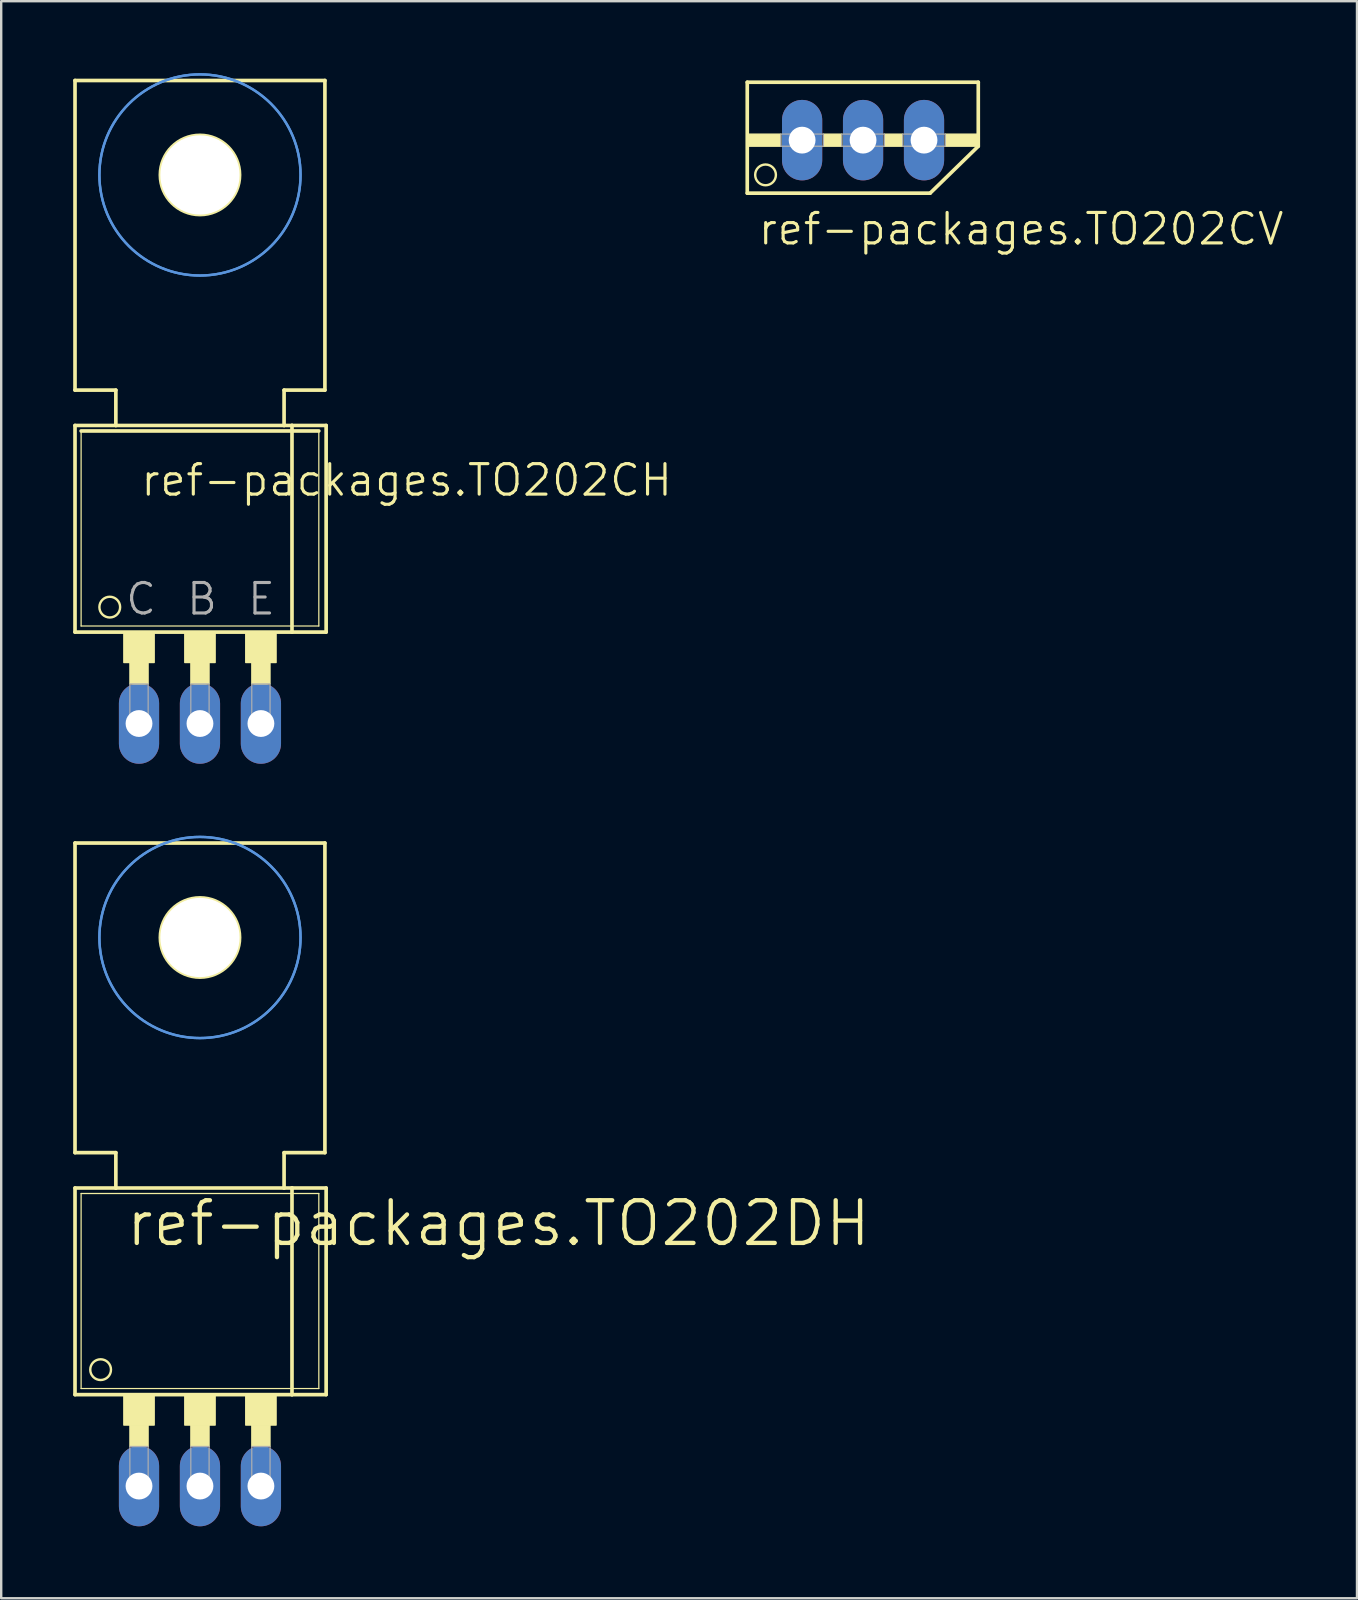
<source format=kicad_pcb>
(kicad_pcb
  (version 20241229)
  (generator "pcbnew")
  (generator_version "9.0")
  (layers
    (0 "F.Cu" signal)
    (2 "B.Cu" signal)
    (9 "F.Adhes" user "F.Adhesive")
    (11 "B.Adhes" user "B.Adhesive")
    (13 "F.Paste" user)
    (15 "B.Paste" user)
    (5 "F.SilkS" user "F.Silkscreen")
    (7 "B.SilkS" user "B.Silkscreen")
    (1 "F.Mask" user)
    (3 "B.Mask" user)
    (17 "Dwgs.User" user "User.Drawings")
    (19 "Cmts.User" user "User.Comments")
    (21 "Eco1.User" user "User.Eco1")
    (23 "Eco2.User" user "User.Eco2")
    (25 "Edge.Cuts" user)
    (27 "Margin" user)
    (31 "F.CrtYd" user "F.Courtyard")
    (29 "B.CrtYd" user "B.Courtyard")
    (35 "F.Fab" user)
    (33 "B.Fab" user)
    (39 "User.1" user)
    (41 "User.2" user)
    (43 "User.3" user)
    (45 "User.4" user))
  (footprint "ref-packages.TO202DH"
    (layer "F.Cu")
    (at 5.283 53.798)
    (property "Reference" "ref-packages.TO202DH" (at -3.175 -4.826 0) (layer "F.SilkS") (effects (font (size 1.778 1.778) (thickness 0.18)) (justify left bottom)))
    (attr through_hole)
    (fp_line (start -5.207 -21.717) (end -5.207 -8.814) (stroke (width 0.152) (type default)) (layer "F.SilkS"))
    (fp_line (start -5.207 -7.341) (end -3.505 -7.341) (stroke (width 0.152) (type default)) (layer "F.SilkS"))
    (fp_line (start -5.207 1.27) (end -5.207 -7.341) (stroke (width 0.152) (type default)) (layer "F.SilkS"))
    (fp_line (start -5.207 1.27) (end 3.835 1.27) (stroke (width 0.152) (type default)) (layer "F.SilkS"))
    (fp_line (start -4.953 1.016) (end -4.953 -7.112) (stroke (width 0.051) (type default)) (layer "F.SilkS"))
    (fp_line (start -4.953 1.016) (end 4.953 1.016) (stroke (width 0.051) (type default)) (layer "F.SilkS"))
    (fp_line (start -3.505 -8.814) (end -5.207 -8.814) (stroke (width 0.152) (type default)) (layer "F.SilkS"))
    (fp_line (start -3.505 -7.341) (end -3.505 -8.814) (stroke (width 0.152) (type default)) (layer "F.SilkS"))
    (fp_line (start -3.505 -7.341) (end 3.505 -7.341) (stroke (width 0.152) (type default)) (layer "F.SilkS"))
    (fp_line (start 3.505 -8.814) (end 3.505 -7.341) (stroke (width 0.152) (type default)) (layer "F.SilkS"))
    (fp_line (start 3.505 -7.341) (end 3.835 -7.341) (stroke (width 0.152) (type default)) (layer "F.SilkS"))
    (fp_line (start 3.835 -7.341) (end 5.258 -7.341) (stroke (width 0.152) (type default)) (layer "F.SilkS"))
    (fp_line (start 3.835 1.27) (end 3.835 -7.341) (stroke (width 0.152) (type default)) (layer "F.SilkS"))
    (fp_line (start 3.835 1.27) (end 5.258 1.27) (stroke (width 0.152) (type default)) (layer "F.SilkS"))
    (fp_line (start 4.953 -7.112) (end -4.953 -7.112) (stroke (width 0.051) (type default)) (layer "F.SilkS"))
    (fp_line (start 4.953 -7.112) (end 4.953 1.016) (stroke (width 0.051) (type default)) (layer "F.SilkS"))
    (fp_line (start 5.207 -21.717) (end -5.207 -21.717) (stroke (width 0.152) (type default)) (layer "F.SilkS"))
    (fp_line (start 5.207 -21.717) (end 5.207 -8.814) (stroke (width 0.152) (type default)) (layer "F.SilkS"))
    (fp_line (start 5.207 -8.814) (end 3.505 -8.814) (stroke (width 0.152) (type default)) (layer "F.SilkS"))
    (fp_line (start 5.258 1.27) (end 5.258 -7.341) (stroke (width 0.152) (type default)) (layer "F.SilkS"))
    (fp_rect (start -3.175 2.54) (end -1.905 1.27) (stroke (width 0.05) (type default)) (fill yes) (layer "F.SilkS"))
    (fp_rect (start -2.921 3.429) (end -2.159 2.54) (stroke (width 0.05) (type default)) (fill yes) (layer "F.SilkS"))
    (fp_rect (start -0.635 2.54) (end 0.635 1.27) (stroke (width 0.05) (type default)) (fill yes) (layer "F.SilkS"))
    (fp_rect (start -0.381 3.429) (end 0.381 2.54) (stroke (width 0.05) (type default)) (fill yes) (layer "F.SilkS"))
    (fp_rect (start 1.905 2.54) (end 3.175 1.27) (stroke (width 0.05) (type default)) (fill yes) (layer "F.SilkS"))
    (fp_rect (start 2.159 3.429) (end 2.921 2.54) (stroke (width 0.05) (type default)) (fill yes) (layer "F.SilkS"))
    (fp_circle (center -4.14 0.229) (end -3.708 0.229) (stroke (width 0.1) (type default)) (fill no) (layer "F.SilkS"))
    (fp_circle (center 0 -17.78) (end 1.651 -17.78) (stroke (width 0.152) (type default)) (fill no) (layer "F.SilkS"))
    (fp_circle (center 0 -17.78) (end 4.191 -17.78) (stroke (width 0.1) (type default)) (fill no) (layer "Cmts.User"))
    (fp_circle (center 0 -17.78) (end 4.191 -17.78) (stroke (width 0.1) (type default)) (fill no) (layer "Cmts.User"))
    (fp_rect (start -2.921 5.207) (end -2.159 3.429) (stroke (width 0.05) (type default)) (fill no) (layer "F.Fab"))
    (fp_rect (start -0.381 5.207) (end 0.381 3.429) (stroke (width 0.05) (type default)) (fill no) (layer "F.Fab"))
    (fp_rect (start 2.159 5.207) (end 2.921 3.429) (stroke (width 0.05) (type default)) (fill no) (layer "F.Fab"))
    (pad "" np_thru_hole circle (at 0 -17.78) (size 3.302 3.302) (drill 3.302) (layers "*.Cu" "*.Mask"))
    (pad "B" thru_hole oval (at 2.54 5.08 90) (size 3.353 1.676) (drill 1.118) (layers "*.Cu" "*.Mask"))
    (pad "C" thru_hole oval (at 0 5.08 90) (size 3.353 1.676) (drill 1.118) (layers "*.Cu" "*.Mask"))
    (pad "E" thru_hole oval (at -2.54 5.08 90) (size 3.353 1.676) (drill 1.118) (layers "*.Cu" "*.Mask")))
  (footprint "ref-packages.TO202CV"
    (layer "F.Cu")
    (at 32.916 0.25)
    (property "Reference" "ref-packages.TO202CV" (at -4.445 6.985 0) (layer "F.SilkS") (effects (font (size 1.27 1.27) (thickness 0.13)) (justify left bottom)))
    (attr through_hole)
    (fp_line (start -4.826 0.127) (end 4.801 0.127) (stroke (width 0.152) (type default)) (layer "F.SilkS"))
    (fp_line (start -4.826 4.75) (end -4.826 0.127) (stroke (width 0.152) (type default)) (layer "F.SilkS"))
    (fp_line (start -4.826 4.75) (end 2.794 4.75) (stroke (width 0.152) (type default)) (layer "F.SilkS"))
    (fp_line (start 2.794 4.75) (end 4.801 2.794) (stroke (width 0.152) (type default)) (layer "F.SilkS"))
    (fp_line (start 4.801 0.127) (end 4.801 2.794) (stroke (width 0.152) (type default)) (layer "F.SilkS"))
    (fp_rect (start -4.826 2.794) (end -3.429 2.286) (stroke (width 0.05) (type default)) (fill yes) (layer "F.SilkS"))
    (fp_rect (start -1.651 2.794) (end -0.889 2.286) (stroke (width 0.05) (type default)) (fill yes) (layer "F.SilkS"))
    (fp_rect (start 0.889 2.794) (end 1.651 2.286) (stroke (width 0.05) (type default)) (fill yes) (layer "F.SilkS"))
    (fp_rect (start 3.429 2.794) (end 4.826 2.286) (stroke (width 0.05) (type default)) (fill yes) (layer "F.SilkS"))
    (fp_circle (center -4.064 3.988) (end -3.632 3.988) (stroke (width 0.1) (type default)) (fill no) (layer "F.SilkS"))
    (fp_rect (start -3.429 2.794) (end -1.651 2.286) (stroke (width 0.05) (type default)) (fill no) (layer "F.Fab"))
    (fp_rect (start -0.889 2.794) (end 0.889 2.286) (stroke (width 0.05) (type default)) (fill no) (layer "F.Fab"))
    (fp_rect (start 1.651 2.794) (end 3.429 2.286) (stroke (width 0.05) (type default)) (fill no) (layer "F.Fab"))
    (pad "B" thru_hole oval (at 0 2.54 90) (size 3.353 1.676) (drill 1.118) (layers "*.Cu" "*.Mask"))
    (pad "C" thru_hole oval (at -2.54 2.54 90) (size 3.353 1.676) (drill 1.118) (layers "*.Cu" "*.Mask"))
    (pad "E" thru_hole oval (at 2.54 2.54 90) (size 3.353 1.676) (drill 1.118) (layers "*.Cu" "*.Mask")))
  (footprint "ref-packages.TO202CH"
    (layer "F.Cu")
    (at 5.283 22.021)
    (property "Reference" "ref-packages.TO202CH" (at -2.54 -4.318 0) (layer "F.SilkS") (effects (font (size 1.27 1.27) (thickness 0.13)) (justify left bottom)))
    (attr through_hole)
    (fp_line (start -5.207 -21.717) (end -5.207 -8.814) (stroke (width 0.152) (type default)) (layer "F.SilkS"))
    (fp_line (start -5.207 -7.341) (end -3.505 -7.341) (stroke (width 0.152) (type default)) (layer "F.SilkS"))
    (fp_line (start -5.207 1.27) (end -5.207 -7.341) (stroke (width 0.152) (type default)) (layer "F.SilkS"))
    (fp_line (start -5.207 1.27) (end 3.835 1.27) (stroke (width 0.152) (type default)) (layer "F.SilkS"))
    (fp_line (start -4.953 1.016) (end -4.953 -7.112) (stroke (width 0.051) (type default)) (layer "F.SilkS"))
    (fp_line (start -4.953 1.016) (end 4.953 1.016) (stroke (width 0.051) (type default)) (layer "F.SilkS"))
    (fp_line (start -3.505 -8.814) (end -5.207 -8.814) (stroke (width 0.152) (type default)) (layer "F.SilkS"))
    (fp_line (start -3.505 -7.341) (end -3.505 -8.814) (stroke (width 0.152) (type default)) (layer "F.SilkS"))
    (fp_line (start -3.505 -7.341) (end 3.505 -7.341) (stroke (width 0.152) (type default)) (layer "F.SilkS"))
    (fp_line (start 3.505 -8.814) (end 3.505 -7.341) (stroke (width 0.152) (type default)) (layer "F.SilkS"))
    (fp_line (start 3.505 -7.341) (end 3.835 -7.341) (stroke (width 0.152) (type default)) (layer "F.SilkS"))
    (fp_line (start 3.835 -7.341) (end 5.258 -7.341) (stroke (width 0.152) (type default)) (layer "F.SilkS"))
    (fp_line (start 3.835 1.27) (end 3.835 -7.341) (stroke (width 0.152) (type default)) (layer "F.SilkS"))
    (fp_line (start 3.835 1.27) (end 5.258 1.27) (stroke (width 0.152) (type default)) (layer "F.SilkS"))
    (fp_line (start 4.953 -7.112) (end -4.953 -7.112) (stroke (width 0.152) (type default)) (layer "F.SilkS"))
    (fp_line (start 4.953 -7.112) (end 4.953 1.016) (stroke (width 0.051) (type default)) (layer "F.SilkS"))
    (fp_line (start 5.207 -21.717) (end -5.207 -21.717) (stroke (width 0.152) (type default)) (layer "F.SilkS"))
    (fp_line (start 5.207 -21.717) (end 5.207 -8.814) (stroke (width 0.152) (type default)) (layer "F.SilkS"))
    (fp_line (start 5.207 -8.814) (end 3.505 -8.814) (stroke (width 0.152) (type default)) (layer "F.SilkS"))
    (fp_line (start 5.258 1.27) (end 5.258 -7.341) (stroke (width 0.152) (type default)) (layer "F.SilkS"))
    (fp_rect (start -3.175 2.54) (end -1.905 1.27) (stroke (width 0.05) (type default)) (fill yes) (layer "F.SilkS"))
    (fp_rect (start -2.921 3.429) (end -2.159 2.54) (stroke (width 0.05) (type default)) (fill yes) (layer "F.SilkS"))
    (fp_rect (start -0.635 2.54) (end 0.635 1.27) (stroke (width 0.05) (type default)) (fill yes) (layer "F.SilkS"))
    (fp_rect (start -0.381 3.429) (end 0.381 2.54) (stroke (width 0.05) (type default)) (fill yes) (layer "F.SilkS"))
    (fp_rect (start 1.905 2.54) (end 3.175 1.27) (stroke (width 0.05) (type default)) (fill yes) (layer "F.SilkS"))
    (fp_rect (start 2.159 3.429) (end 2.921 2.54) (stroke (width 0.05) (type default)) (fill yes) (layer "F.SilkS"))
    (fp_circle (center -3.759 0.229) (end -3.327 0.229) (stroke (width 0.1) (type default)) (fill no) (layer "F.SilkS"))
    (fp_circle (center 0 -17.78) (end 1.651 -17.78) (stroke (width 0.152) (type default)) (fill no) (layer "F.SilkS"))
    (fp_circle (center 0 -17.78) (end 4.191 -17.78) (stroke (width 0.1) (type default)) (fill no) (layer "Cmts.User"))
    (fp_circle (center 0 -17.78) (end 4.191 -17.78) (stroke (width 0.1) (type default)) (fill no) (layer "Cmts.User"))
    (fp_rect (start -2.921 5.08) (end -2.159 3.429) (stroke (width 0.05) (type default)) (fill no) (layer "F.Fab"))
    (fp_rect (start -0.381 5.08) (end 0.381 3.429) (stroke (width 0.05) (type default)) (fill no) (layer "F.Fab"))
    (fp_rect (start 2.159 5.08) (end 2.921 3.429) (stroke (width 0.05) (type default)) (fill no) (layer "F.Fab"))
    (fp_text user "B" (at -0.635 0.635 0) (layer "F.Fab") (effects (font (size 1.27 1.27) (thickness 0.13)) (justify left bottom)))
    (fp_text user "C" (at -3.175 0.635 0) (layer "F.Fab") (effects (font (size 1.27 1.27) (thickness 0.13)) (justify left bottom)))
    (fp_text user "E" (at 1.905 0.635 0) (layer "F.Fab") (effects (font (size 1.27 1.27) (thickness 0.13)) (justify left bottom)))
    (pad "" np_thru_hole circle (at 0 -17.78) (size 3.302 3.302) (drill 3.302) (layers "*.Cu" "*.Mask"))
    (pad "B" thru_hole oval (at 0 5.08 90) (size 3.353 1.676) (drill 1.118) (layers "*.Cu" "*.Mask"))
    (pad "C" thru_hole oval (at -2.54 5.08 90) (size 3.353 1.676) (drill 1.118) (layers "*.Cu" "*.Mask"))
    (pad "E" thru_hole oval (at 2.54 5.08 90) (size 3.353 1.676) (drill 1.118) (layers "*.Cu" "*.Mask")))
  (gr_rect
    (start -3 -3)
    (end 53.499 63.555)
    (stroke (width 0.1) (type default))
    (fill no)
    (layer "Edge.Cuts")))
</source>
